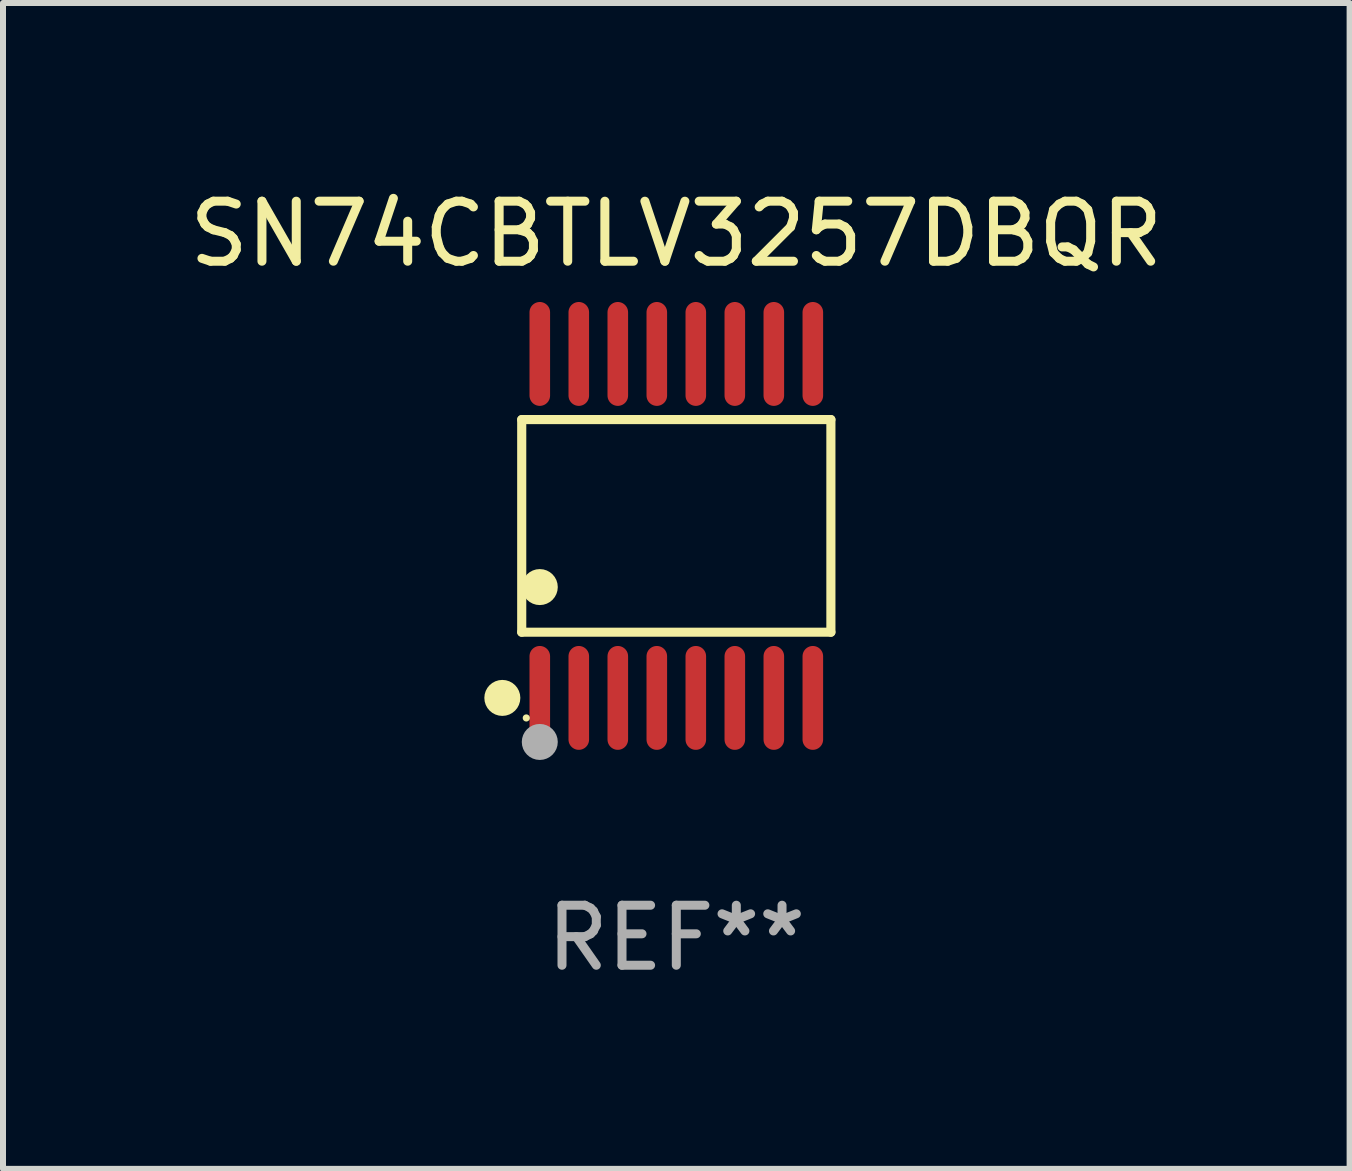
<source format=kicad_pcb>
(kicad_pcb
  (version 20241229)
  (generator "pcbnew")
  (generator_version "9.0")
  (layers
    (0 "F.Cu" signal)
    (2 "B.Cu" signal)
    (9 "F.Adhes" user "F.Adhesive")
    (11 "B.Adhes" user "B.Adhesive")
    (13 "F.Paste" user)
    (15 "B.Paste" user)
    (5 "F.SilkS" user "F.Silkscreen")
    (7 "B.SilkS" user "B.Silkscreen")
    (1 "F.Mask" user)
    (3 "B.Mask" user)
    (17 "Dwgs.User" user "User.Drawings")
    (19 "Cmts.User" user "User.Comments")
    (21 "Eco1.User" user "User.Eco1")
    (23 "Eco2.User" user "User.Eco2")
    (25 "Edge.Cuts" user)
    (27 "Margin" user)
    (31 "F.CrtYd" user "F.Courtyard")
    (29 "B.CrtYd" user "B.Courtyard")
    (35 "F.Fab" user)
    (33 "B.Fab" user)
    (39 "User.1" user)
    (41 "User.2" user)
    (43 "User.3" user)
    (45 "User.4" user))
  (footprint "SN74CBTLV3257DBQR"
    (layer "F.Cu")
    (at 8.22 5.714)
    (property "Reference" "SN74CBTLV3257DBQR" (at 0 -4.866 0) (layer "F.SilkS") (effects (font (size 1 1) (thickness 0.15))))
    (attr through_hole)
    (fp_line (start -2.576 -1.772) (end 2.576 -1.772) (stroke (width 0.152) (type solid)) (layer "F.SilkS"))
    (fp_line (start -2.576 1.771) (end -2.576 -1.772) (stroke (width 0.152) (type solid)) (layer "F.SilkS"))
    (fp_line (start 2.576 -1.772) (end 2.576 1.771) (stroke (width 0.152) (type solid)) (layer "F.SilkS"))
    (fp_line (start 2.576 1.771) (end -2.576 1.771) (stroke (width 0.152) (type solid)) (layer "F.SilkS"))
    (fp_circle (center -2.899 2.866) (end -2.749 2.866) (stroke (width 0.3) (type solid)) (fill no) (layer "F.SilkS"))
    (fp_circle (center -2.5 3.2) (end -2.47 3.2) (stroke (width 0.06) (type solid)) (fill no) (layer "F.SilkS"))
    (fp_circle (center -2.275 1.019) (end -2.125 1.019) (stroke (width 0.3) (type solid)) (fill no) (layer "F.SilkS"))
    (fp_circle (center -2.275 3.6) (end -2.125 3.6) (stroke (width 0.3) (type solid)) (fill no) (layer "F.Fab"))
    (fp_text user "REF**" (at 0 6.866 0) (layer "F.Fab") (effects (font (size 1 1) (thickness 0.15))))
    (pad "1" smd oval (at -2.275 2.866) (size 0.343 1.731) (layers "F.Cu" "F.Mask" "F.Paste"))
    (pad "2" smd oval (at -1.625 2.866) (size 0.343 1.731) (layers "F.Cu" "F.Mask" "F.Paste"))
    (pad "3" smd oval (at -0.975 2.866) (size 0.343 1.731) (layers "F.Cu" "F.Mask" "F.Paste"))
    (pad "4" smd oval (at -0.325 2.866) (size 0.343 1.731) (layers "F.Cu" "F.Mask" "F.Paste"))
    (pad "5" smd oval (at 0.325 2.866) (size 0.343 1.731) (layers "F.Cu" "F.Mask" "F.Paste"))
    (pad "6" smd oval (at 0.975 2.866) (size 0.343 1.731) (layers "F.Cu" "F.Mask" "F.Paste"))
    (pad "7" smd oval (at 1.625 2.866) (size 0.343 1.731) (layers "F.Cu" "F.Mask" "F.Paste"))
    (pad "8" smd oval (at 2.275 2.866) (size 0.343 1.731) (layers "F.Cu" "F.Mask" "F.Paste"))
    (pad "9" smd oval (at 2.275 -2.866) (size 0.343 1.731) (layers "F.Cu" "F.Mask" "F.Paste"))
    (pad "10" smd oval (at 1.625 -2.866) (size 0.343 1.731) (layers "F.Cu" "F.Mask" "F.Paste"))
    (pad "11" smd oval (at 0.975 -2.866) (size 0.343 1.731) (layers "F.Cu" "F.Mask" "F.Paste"))
    (pad "12" smd oval (at 0.325 -2.866) (size 0.343 1.731) (layers "F.Cu" "F.Mask" "F.Paste"))
    (pad "13" smd oval (at -0.325 -2.866) (size 0.343 1.731) (layers "F.Cu" "F.Mask" "F.Paste"))
    (pad "14" smd oval (at -0.975 -2.866) (size 0.343 1.731) (layers "F.Cu" "F.Mask" "F.Paste"))
    (pad "15" smd oval (at -1.625 -2.866) (size 0.343 1.731) (layers "F.Cu" "F.Mask" "F.Paste"))
    (pad "16" smd oval (at -2.275 -2.866) (size 0.343 1.731) (layers "F.Cu" "F.Mask" "F.Paste")))
  (gr_rect
    (start -3 -3)
    (end 19.44 16.428)
    (stroke (width 0.1) (type default))
    (fill no)
    (layer "Edge.Cuts")))
</source>
